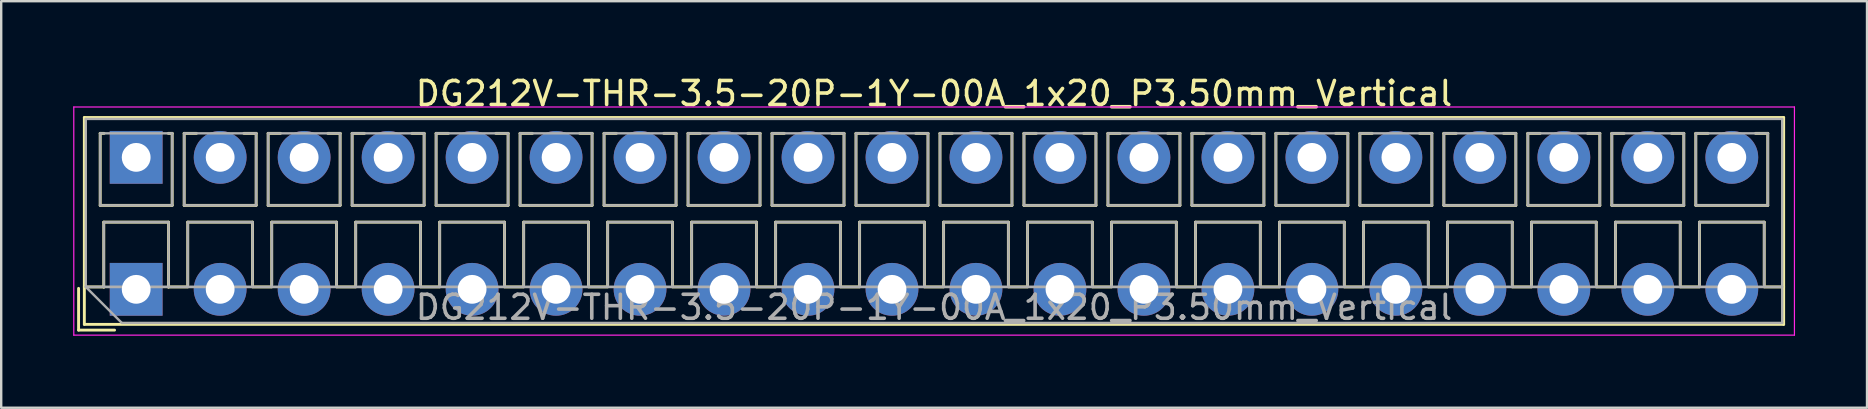
<source format=kicad_pcb>
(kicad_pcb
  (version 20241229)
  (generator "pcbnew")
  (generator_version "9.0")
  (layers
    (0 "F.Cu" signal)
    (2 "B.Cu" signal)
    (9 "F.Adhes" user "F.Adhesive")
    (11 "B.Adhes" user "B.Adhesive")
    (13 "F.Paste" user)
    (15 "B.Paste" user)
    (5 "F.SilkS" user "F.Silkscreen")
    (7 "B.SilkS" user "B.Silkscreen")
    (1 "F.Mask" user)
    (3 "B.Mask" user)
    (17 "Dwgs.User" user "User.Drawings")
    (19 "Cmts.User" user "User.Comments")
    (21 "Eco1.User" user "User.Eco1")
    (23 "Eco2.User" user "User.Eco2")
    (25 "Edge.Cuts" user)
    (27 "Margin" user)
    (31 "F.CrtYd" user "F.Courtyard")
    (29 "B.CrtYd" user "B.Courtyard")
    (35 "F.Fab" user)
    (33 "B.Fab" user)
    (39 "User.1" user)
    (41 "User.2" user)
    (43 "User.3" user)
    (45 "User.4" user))
  (footprint "DG212V-THR-3.5-20P-1Y-00A_1x20_P3.50mm_Vertical"
    (layer "F.Cu")
    (at 2.625 9.008)
    (property "Reference" "DG212V-THR-3.5-20P-1Y-00A_1x20_P3.50mm_Vertical" (at 33.25 -8.16 0) (layer "F.SilkS") (effects (font (size 1 1) (thickness 0.15))))
    (attr through_hole)
    (fp_line (start -2.4 -0.04) (end -2.4 1.7) (stroke (width 0.12) (type solid)) (layer "F.SilkS"))
    (fp_line (start -2.4 1.7) (end -0.9 1.7) (stroke (width 0.12) (type solid)) (layer "F.SilkS"))
    (fp_line (start -2.16 -7.16) (end -2.16 1.46) (stroke (width 0.12) (type solid)) (layer "F.SilkS"))
    (fp_line (start -2.16 -7.16) (end 68.661 -7.16) (stroke (width 0.12) (type solid)) (layer "F.SilkS"))
    (fp_line (start -2.16 -0.1) (end -1.34 -0.1) (stroke (width 0.12) (type solid)) (layer "F.SilkS"))
    (fp_line (start -2.16 1.46) (end 68.661 1.46) (stroke (width 0.12) (type solid)) (layer "F.SilkS"))
    (fp_line (start -1.5 -6.5) (end -1.5 -3.5) (stroke (width 0.12) (type solid)) (layer "F.SilkS"))
    (fp_line (start -1.5 -6.5) (end -1.34 -6.5) (stroke (width 0.12) (type solid)) (layer "F.SilkS"))
    (fp_line (start -1.5 -3.5) (end 1.5 -3.5) (stroke (width 0.12) (type solid)) (layer "F.SilkS"))
    (fp_line (start -1.35 -2.8) (end -1.35 -0.1) (stroke (width 0.12) (type solid)) (layer "F.SilkS"))
    (fp_line (start -1.35 -2.8) (end 1.35 -2.8) (stroke (width 0.12) (type solid)) (layer "F.SilkS"))
    (fp_line (start -1.35 -0.1) (end -1.34 -0.1) (stroke (width 0.12) (type solid)) (layer "F.SilkS"))
    (fp_line (start 1.34 -6.5) (end 1.5 -6.5) (stroke (width 0.12) (type solid)) (layer "F.SilkS"))
    (fp_line (start 1.34 -0.1) (end 1.35 -0.1) (stroke (width 0.12) (type solid)) (layer "F.SilkS"))
    (fp_line (start 1.34 -0.1) (end 2.148 -0.1) (stroke (width 0.12) (type solid)) (layer "F.SilkS"))
    (fp_line (start 1.35 -2.8) (end 1.35 -0.1) (stroke (width 0.12) (type solid)) (layer "F.SilkS"))
    (fp_line (start 1.5 -6.5) (end 1.5 -3.5) (stroke (width 0.12) (type solid)) (layer "F.SilkS"))
    (fp_line (start 2 -6.5) (end 2 -3.5) (stroke (width 0.12) (type solid)) (layer "F.SilkS"))
    (fp_line (start 2 -6.5) (end 2.512 -6.5) (stroke (width 0.12) (type solid)) (layer "F.SilkS"))
    (fp_line (start 2 -3.5) (end 5 -3.5) (stroke (width 0.12) (type solid)) (layer "F.SilkS"))
    (fp_line (start 2.15 -2.8) (end 2.15 -0.183) (stroke (width 0.12) (type solid)) (layer "F.SilkS"))
    (fp_line (start 2.15 -2.8) (end 4.85 -2.8) (stroke (width 0.12) (type solid)) (layer "F.SilkS"))
    (fp_line (start 4.489 -6.5) (end 5 -6.5) (stroke (width 0.12) (type solid)) (layer "F.SilkS"))
    (fp_line (start 4.85 -2.8) (end 4.85 -0.183) (stroke (width 0.12) (type solid)) (layer "F.SilkS"))
    (fp_line (start 4.853 -0.1) (end 5.648 -0.1) (stroke (width 0.12) (type solid)) (layer "F.SilkS"))
    (fp_line (start 5 -6.5) (end 5 -3.5) (stroke (width 0.12) (type solid)) (layer "F.SilkS"))
    (fp_line (start 5.5 -6.5) (end 5.5 -3.5) (stroke (width 0.12) (type solid)) (layer "F.SilkS"))
    (fp_line (start 5.5 -6.5) (end 6.012 -6.5) (stroke (width 0.12) (type solid)) (layer "F.SilkS"))
    (fp_line (start 5.5 -3.5) (end 8.5 -3.5) (stroke (width 0.12) (type solid)) (layer "F.SilkS"))
    (fp_line (start 5.65 -2.8) (end 5.65 -0.183) (stroke (width 0.12) (type solid)) (layer "F.SilkS"))
    (fp_line (start 5.65 -2.8) (end 8.351 -2.8) (stroke (width 0.12) (type solid)) (layer "F.SilkS"))
    (fp_line (start 7.989 -6.5) (end 8.5 -6.5) (stroke (width 0.12) (type solid)) (layer "F.SilkS"))
    (fp_line (start 8.351 -2.8) (end 8.351 -0.183) (stroke (width 0.12) (type solid)) (layer "F.SilkS"))
    (fp_line (start 8.353 -0.1) (end 9.148 -0.1) (stroke (width 0.12) (type solid)) (layer "F.SilkS"))
    (fp_line (start 8.5 -6.5) (end 8.5 -3.5) (stroke (width 0.12) (type solid)) (layer "F.SilkS"))
    (fp_line (start 9 -6.5) (end 9 -3.5) (stroke (width 0.12) (type solid)) (layer "F.SilkS"))
    (fp_line (start 9 -6.5) (end 9.512 -6.5) (stroke (width 0.12) (type solid)) (layer "F.SilkS"))
    (fp_line (start 9 -3.5) (end 12 -3.5) (stroke (width 0.12) (type solid)) (layer "F.SilkS"))
    (fp_line (start 9.15 -2.8) (end 9.15 -0.183) (stroke (width 0.12) (type solid)) (layer "F.SilkS"))
    (fp_line (start 9.15 -2.8) (end 11.851 -2.8) (stroke (width 0.12) (type solid)) (layer "F.SilkS"))
    (fp_line (start 11.489 -6.5) (end 12 -6.5) (stroke (width 0.12) (type solid)) (layer "F.SilkS"))
    (fp_line (start 11.851 -2.8) (end 11.851 -0.183) (stroke (width 0.12) (type solid)) (layer "F.SilkS"))
    (fp_line (start 11.853 -0.1) (end 12.648 -0.1) (stroke (width 0.12) (type solid)) (layer "F.SilkS"))
    (fp_line (start 12 -6.5) (end 12 -3.5) (stroke (width 0.12) (type solid)) (layer "F.SilkS"))
    (fp_line (start 12.5 -6.5) (end 12.5 -3.5) (stroke (width 0.12) (type solid)) (layer "F.SilkS"))
    (fp_line (start 12.5 -6.5) (end 13.012 -6.5) (stroke (width 0.12) (type solid)) (layer "F.SilkS"))
    (fp_line (start 12.5 -3.5) (end 15.5 -3.5) (stroke (width 0.12) (type solid)) (layer "F.SilkS"))
    (fp_line (start 12.65 -2.8) (end 12.65 -0.183) (stroke (width 0.12) (type solid)) (layer "F.SilkS"))
    (fp_line (start 12.65 -2.8) (end 15.351 -2.8) (stroke (width 0.12) (type solid)) (layer "F.SilkS"))
    (fp_line (start 14.989 -6.5) (end 15.5 -6.5) (stroke (width 0.12) (type solid)) (layer "F.SilkS"))
    (fp_line (start 15.351 -2.8) (end 15.351 -0.183) (stroke (width 0.12) (type solid)) (layer "F.SilkS"))
    (fp_line (start 15.353 -0.1) (end 16.148 -0.1) (stroke (width 0.12) (type solid)) (layer "F.SilkS"))
    (fp_line (start 15.5 -6.5) (end 15.5 -3.5) (stroke (width 0.12) (type solid)) (layer "F.SilkS"))
    (fp_line (start 16 -6.5) (end 16 -3.5) (stroke (width 0.12) (type solid)) (layer "F.SilkS"))
    (fp_line (start 16 -6.5) (end 16.512 -6.5) (stroke (width 0.12) (type solid)) (layer "F.SilkS"))
    (fp_line (start 16 -3.5) (end 19 -3.5) (stroke (width 0.12) (type solid)) (layer "F.SilkS"))
    (fp_line (start 16.15 -2.8) (end 16.15 -0.183) (stroke (width 0.12) (type solid)) (layer "F.SilkS"))
    (fp_line (start 16.15 -2.8) (end 18.85 -2.8) (stroke (width 0.12) (type solid)) (layer "F.SilkS"))
    (fp_line (start 18.489 -6.5) (end 19 -6.5) (stroke (width 0.12) (type solid)) (layer "F.SilkS"))
    (fp_line (start 18.85 -2.8) (end 18.85 -0.183) (stroke (width 0.12) (type solid)) (layer "F.SilkS"))
    (fp_line (start 18.853 -0.1) (end 19.648 -0.1) (stroke (width 0.12) (type solid)) (layer "F.SilkS"))
    (fp_line (start 19 -6.5) (end 19 -3.5) (stroke (width 0.12) (type solid)) (layer "F.SilkS"))
    (fp_line (start 19.5 -6.5) (end 19.5 -3.5) (stroke (width 0.12) (type solid)) (layer "F.SilkS"))
    (fp_line (start 19.5 -6.5) (end 20.012 -6.5) (stroke (width 0.12) (type solid)) (layer "F.SilkS"))
    (fp_line (start 19.5 -3.5) (end 22.5 -3.5) (stroke (width 0.12) (type solid)) (layer "F.SilkS"))
    (fp_line (start 19.65 -2.8) (end 19.65 -0.183) (stroke (width 0.12) (type solid)) (layer "F.SilkS"))
    (fp_line (start 19.65 -2.8) (end 22.35 -2.8) (stroke (width 0.12) (type solid)) (layer "F.SilkS"))
    (fp_line (start 21.989 -6.5) (end 22.5 -6.5) (stroke (width 0.12) (type solid)) (layer "F.SilkS"))
    (fp_line (start 22.35 -2.8) (end 22.35 -0.183) (stroke (width 0.12) (type solid)) (layer "F.SilkS"))
    (fp_line (start 22.353 -0.1) (end 23.148 -0.1) (stroke (width 0.12) (type solid)) (layer "F.SilkS"))
    (fp_line (start 22.5 -6.5) (end 22.5 -3.5) (stroke (width 0.12) (type solid)) (layer "F.SilkS"))
    (fp_line (start 23 -6.5) (end 23 -3.5) (stroke (width 0.12) (type solid)) (layer "F.SilkS"))
    (fp_line (start 23 -6.5) (end 23.512 -6.5) (stroke (width 0.12) (type solid)) (layer "F.SilkS"))
    (fp_line (start 23 -3.5) (end 26 -3.5) (stroke (width 0.12) (type solid)) (layer "F.SilkS"))
    (fp_line (start 23.15 -2.8) (end 23.15 -0.183) (stroke (width 0.12) (type solid)) (layer "F.SilkS"))
    (fp_line (start 23.15 -2.8) (end 25.85 -2.8) (stroke (width 0.12) (type solid)) (layer "F.SilkS"))
    (fp_line (start 25.489 -6.5) (end 26 -6.5) (stroke (width 0.12) (type solid)) (layer "F.SilkS"))
    (fp_line (start 25.85 -2.8) (end 25.85 -0.183) (stroke (width 0.12) (type solid)) (layer "F.SilkS"))
    (fp_line (start 25.853 -0.1) (end 26.648 -0.1) (stroke (width 0.12) (type solid)) (layer "F.SilkS"))
    (fp_line (start 26 -6.5) (end 26 -3.5) (stroke (width 0.12) (type solid)) (layer "F.SilkS"))
    (fp_line (start 26.5 -6.5) (end 26.5 -3.5) (stroke (width 0.12) (type solid)) (layer "F.SilkS"))
    (fp_line (start 26.5 -6.5) (end 27.012 -6.5) (stroke (width 0.12) (type solid)) (layer "F.SilkS"))
    (fp_line (start 26.5 -3.5) (end 29.5 -3.5) (stroke (width 0.12) (type solid)) (layer "F.SilkS"))
    (fp_line (start 26.65 -2.8) (end 26.65 -0.183) (stroke (width 0.12) (type solid)) (layer "F.SilkS"))
    (fp_line (start 26.65 -2.8) (end 29.35 -2.8) (stroke (width 0.12) (type solid)) (layer "F.SilkS"))
    (fp_line (start 28.989 -6.5) (end 29.5 -6.5) (stroke (width 0.12) (type solid)) (layer "F.SilkS"))
    (fp_line (start 29.35 -2.8) (end 29.35 -0.183) (stroke (width 0.12) (type solid)) (layer "F.SilkS"))
    (fp_line (start 29.353 -0.1) (end 30.148 -0.1) (stroke (width 0.12) (type solid)) (layer "F.SilkS"))
    (fp_line (start 29.5 -6.5) (end 29.5 -3.5) (stroke (width 0.12) (type solid)) (layer "F.SilkS"))
    (fp_line (start 30 -6.5) (end 30 -3.5) (stroke (width 0.12) (type solid)) (layer "F.SilkS"))
    (fp_line (start 30 -6.5) (end 30.512 -6.5) (stroke (width 0.12) (type solid)) (layer "F.SilkS"))
    (fp_line (start 30 -3.5) (end 33 -3.5) (stroke (width 0.12) (type solid)) (layer "F.SilkS"))
    (fp_line (start 30.15 -2.8) (end 30.15 -0.183) (stroke (width 0.12) (type solid)) (layer "F.SilkS"))
    (fp_line (start 30.15 -2.8) (end 32.85 -2.8) (stroke (width 0.12) (type solid)) (layer "F.SilkS"))
    (fp_line (start 32.489 -6.5) (end 33 -6.5) (stroke (width 0.12) (type solid)) (layer "F.SilkS"))
    (fp_line (start 32.85 -2.8) (end 32.85 -0.183) (stroke (width 0.12) (type solid)) (layer "F.SilkS"))
    (fp_line (start 32.853 -0.1) (end 33.648 -0.1) (stroke (width 0.12) (type solid)) (layer "F.SilkS"))
    (fp_line (start 33 -6.5) (end 33 -3.5) (stroke (width 0.12) (type solid)) (layer "F.SilkS"))
    (fp_line (start 33.5 -6.5) (end 33.5 -3.5) (stroke (width 0.12) (type solid)) (layer "F.SilkS"))
    (fp_line (start 33.5 -6.5) (end 34.012 -6.5) (stroke (width 0.12) (type solid)) (layer "F.SilkS"))
    (fp_line (start 33.5 -3.5) (end 36.5 -3.5) (stroke (width 0.12) (type solid)) (layer "F.SilkS"))
    (fp_line (start 33.65 -2.8) (end 33.65 -0.183) (stroke (width 0.12) (type solid)) (layer "F.SilkS"))
    (fp_line (start 33.65 -2.8) (end 36.35 -2.8) (stroke (width 0.12) (type solid)) (layer "F.SilkS"))
    (fp_line (start 35.989 -6.5) (end 36.5 -6.5) (stroke (width 0.12) (type solid)) (layer "F.SilkS"))
    (fp_line (start 36.35 -2.8) (end 36.35 -0.183) (stroke (width 0.12) (type solid)) (layer "F.SilkS"))
    (fp_line (start 36.353 -0.1) (end 37.148 -0.1) (stroke (width 0.12) (type solid)) (layer "F.SilkS"))
    (fp_line (start 36.5 -6.5) (end 36.5 -3.5) (stroke (width 0.12) (type solid)) (layer "F.SilkS"))
    (fp_line (start 37 -6.5) (end 37 -3.5) (stroke (width 0.12) (type solid)) (layer "F.SilkS"))
    (fp_line (start 37 -6.5) (end 37.512 -6.5) (stroke (width 0.12) (type solid)) (layer "F.SilkS"))
    (fp_line (start 37 -3.5) (end 40 -3.5) (stroke (width 0.12) (type solid)) (layer "F.SilkS"))
    (fp_line (start 37.15 -2.8) (end 37.15 -0.183) (stroke (width 0.12) (type solid)) (layer "F.SilkS"))
    (fp_line (start 37.15 -2.8) (end 39.85 -2.8) (stroke (width 0.12) (type solid)) (layer "F.SilkS"))
    (fp_line (start 39.489 -6.5) (end 40 -6.5) (stroke (width 0.12) (type solid)) (layer "F.SilkS"))
    (fp_line (start 39.85 -2.8) (end 39.85 -0.183) (stroke (width 0.12) (type solid)) (layer "F.SilkS"))
    (fp_line (start 39.853 -0.1) (end 40.648 -0.1) (stroke (width 0.12) (type solid)) (layer "F.SilkS"))
    (fp_line (start 40 -6.5) (end 40 -3.5) (stroke (width 0.12) (type solid)) (layer "F.SilkS"))
    (fp_line (start 40.5 -6.5) (end 40.5 -3.5) (stroke (width 0.12) (type solid)) (layer "F.SilkS"))
    (fp_line (start 40.5 -6.5) (end 41.012 -6.5) (stroke (width 0.12) (type solid)) (layer "F.SilkS"))
    (fp_line (start 40.5 -3.5) (end 43.5 -3.5) (stroke (width 0.12) (type solid)) (layer "F.SilkS"))
    (fp_line (start 40.65 -2.8) (end 40.65 -0.183) (stroke (width 0.12) (type solid)) (layer "F.SilkS"))
    (fp_line (start 40.65 -2.8) (end 43.35 -2.8) (stroke (width 0.12) (type solid)) (layer "F.SilkS"))
    (fp_line (start 42.989 -6.5) (end 43.5 -6.5) (stroke (width 0.12) (type solid)) (layer "F.SilkS"))
    (fp_line (start 43.35 -2.8) (end 43.35 -0.183) (stroke (width 0.12) (type solid)) (layer "F.SilkS"))
    (fp_line (start 43.353 -0.1) (end 44.148 -0.1) (stroke (width 0.12) (type solid)) (layer "F.SilkS"))
    (fp_line (start 43.5 -6.5) (end 43.5 -3.5) (stroke (width 0.12) (type solid)) (layer "F.SilkS"))
    (fp_line (start 44 -6.5) (end 44 -3.5) (stroke (width 0.12) (type solid)) (layer "F.SilkS"))
    (fp_line (start 44 -6.5) (end 44.512 -6.5) (stroke (width 0.12) (type solid)) (layer "F.SilkS"))
    (fp_line (start 44 -3.5) (end 47 -3.5) (stroke (width 0.12) (type solid)) (layer "F.SilkS"))
    (fp_line (start 44.15 -2.8) (end 44.15 -0.183) (stroke (width 0.12) (type solid)) (layer "F.SilkS"))
    (fp_line (start 44.15 -2.8) (end 46.85 -2.8) (stroke (width 0.12) (type solid)) (layer "F.SilkS"))
    (fp_line (start 46.489 -6.5) (end 47 -6.5) (stroke (width 0.12) (type solid)) (layer "F.SilkS"))
    (fp_line (start 46.85 -2.8) (end 46.85 -0.183) (stroke (width 0.12) (type solid)) (layer "F.SilkS"))
    (fp_line (start 46.853 -0.1) (end 47.648 -0.1) (stroke (width 0.12) (type solid)) (layer "F.SilkS"))
    (fp_line (start 47 -6.5) (end 47 -3.5) (stroke (width 0.12) (type solid)) (layer "F.SilkS"))
    (fp_line (start 47.5 -6.5) (end 47.5 -3.5) (stroke (width 0.12) (type solid)) (layer "F.SilkS"))
    (fp_line (start 47.5 -6.5) (end 48.012 -6.5) (stroke (width 0.12) (type solid)) (layer "F.SilkS"))
    (fp_line (start 47.5 -3.5) (end 50.5 -3.5) (stroke (width 0.12) (type solid)) (layer "F.SilkS"))
    (fp_line (start 47.65 -2.8) (end 47.65 -0.183) (stroke (width 0.12) (type solid)) (layer "F.SilkS"))
    (fp_line (start 47.65 -2.8) (end 50.35 -2.8) (stroke (width 0.12) (type solid)) (layer "F.SilkS"))
    (fp_line (start 49.989 -6.5) (end 50.5 -6.5) (stroke (width 0.12) (type solid)) (layer "F.SilkS"))
    (fp_line (start 50.35 -2.8) (end 50.35 -0.183) (stroke (width 0.12) (type solid)) (layer "F.SilkS"))
    (fp_line (start 50.353 -0.1) (end 51.148 -0.1) (stroke (width 0.12) (type solid)) (layer "F.SilkS"))
    (fp_line (start 50.5 -6.5) (end 50.5 -3.5) (stroke (width 0.12) (type solid)) (layer "F.SilkS"))
    (fp_line (start 51 -6.5) (end 51 -3.5) (stroke (width 0.12) (type solid)) (layer "F.SilkS"))
    (fp_line (start 51 -6.5) (end 51.512 -6.5) (stroke (width 0.12) (type solid)) (layer "F.SilkS"))
    (fp_line (start 51 -3.5) (end 54 -3.5) (stroke (width 0.12) (type solid)) (layer "F.SilkS"))
    (fp_line (start 51.15 -2.8) (end 51.15 -0.183) (stroke (width 0.12) (type solid)) (layer "F.SilkS"))
    (fp_line (start 51.15 -2.8) (end 53.85 -2.8) (stroke (width 0.12) (type solid)) (layer "F.SilkS"))
    (fp_line (start 53.489 -6.5) (end 54 -6.5) (stroke (width 0.12) (type solid)) (layer "F.SilkS"))
    (fp_line (start 53.85 -2.8) (end 53.85 -0.183) (stroke (width 0.12) (type solid)) (layer "F.SilkS"))
    (fp_line (start 53.853 -0.1) (end 54.648 -0.1) (stroke (width 0.12) (type solid)) (layer "F.SilkS"))
    (fp_line (start 54 -6.5) (end 54 -3.5) (stroke (width 0.12) (type solid)) (layer "F.SilkS"))
    (fp_line (start 54.5 -6.5) (end 54.5 -3.5) (stroke (width 0.12) (type solid)) (layer "F.SilkS"))
    (fp_line (start 54.5 -6.5) (end 55.012 -6.5) (stroke (width 0.12) (type solid)) (layer "F.SilkS"))
    (fp_line (start 54.5 -3.5) (end 57.5 -3.5) (stroke (width 0.12) (type solid)) (layer "F.SilkS"))
    (fp_line (start 54.65 -2.8) (end 54.65 -0.183) (stroke (width 0.12) (type solid)) (layer "F.SilkS"))
    (fp_line (start 54.65 -2.8) (end 57.35 -2.8) (stroke (width 0.12) (type solid)) (layer "F.SilkS"))
    (fp_line (start 56.989 -6.5) (end 57.5 -6.5) (stroke (width 0.12) (type solid)) (layer "F.SilkS"))
    (fp_line (start 57.35 -2.8) (end 57.35 -0.183) (stroke (width 0.12) (type solid)) (layer "F.SilkS"))
    (fp_line (start 57.353 -0.1) (end 58.148 -0.1) (stroke (width 0.12) (type solid)) (layer "F.SilkS"))
    (fp_line (start 57.5 -6.5) (end 57.5 -3.5) (stroke (width 0.12) (type solid)) (layer "F.SilkS"))
    (fp_line (start 58 -6.5) (end 58 -3.5) (stroke (width 0.12) (type solid)) (layer "F.SilkS"))
    (fp_line (start 58 -6.5) (end 58.512 -6.5) (stroke (width 0.12) (type solid)) (layer "F.SilkS"))
    (fp_line (start 58 -3.5) (end 61 -3.5) (stroke (width 0.12) (type solid)) (layer "F.SilkS"))
    (fp_line (start 58.15 -2.8) (end 58.15 -0.183) (stroke (width 0.12) (type solid)) (layer "F.SilkS"))
    (fp_line (start 58.15 -2.8) (end 60.85 -2.8) (stroke (width 0.12) (type solid)) (layer "F.SilkS"))
    (fp_line (start 60.489 -6.5) (end 61 -6.5) (stroke (width 0.12) (type solid)) (layer "F.SilkS"))
    (fp_line (start 60.85 -2.8) (end 60.85 -0.183) (stroke (width 0.12) (type solid)) (layer "F.SilkS"))
    (fp_line (start 60.853 -0.1) (end 61.648 -0.1) (stroke (width 0.12) (type solid)) (layer "F.SilkS"))
    (fp_line (start 61 -6.5) (end 61 -3.5) (stroke (width 0.12) (type solid)) (layer "F.SilkS"))
    (fp_line (start 61.5 -6.5) (end 61.5 -3.5) (stroke (width 0.12) (type solid)) (layer "F.SilkS"))
    (fp_line (start 61.5 -6.5) (end 62.012 -6.5) (stroke (width 0.12) (type solid)) (layer "F.SilkS"))
    (fp_line (start 61.5 -3.5) (end 64.5 -3.5) (stroke (width 0.12) (type solid)) (layer "F.SilkS"))
    (fp_line (start 61.65 -2.8) (end 61.65 -0.183) (stroke (width 0.12) (type solid)) (layer "F.SilkS"))
    (fp_line (start 61.65 -2.8) (end 64.35 -2.8) (stroke (width 0.12) (type solid)) (layer "F.SilkS"))
    (fp_line (start 63.989 -6.5) (end 64.5 -6.5) (stroke (width 0.12) (type solid)) (layer "F.SilkS"))
    (fp_line (start 64.35 -2.8) (end 64.35 -0.183) (stroke (width 0.12) (type solid)) (layer "F.SilkS"))
    (fp_line (start 64.353 -0.1) (end 65.148 -0.1) (stroke (width 0.12) (type solid)) (layer "F.SilkS"))
    (fp_line (start 64.5 -6.5) (end 64.5 -3.5) (stroke (width 0.12) (type solid)) (layer "F.SilkS"))
    (fp_line (start 65 -6.5) (end 65 -3.5) (stroke (width 0.12) (type solid)) (layer "F.SilkS"))
    (fp_line (start 65 -6.5) (end 65.512 -6.5) (stroke (width 0.12) (type solid)) (layer "F.SilkS"))
    (fp_line (start 65 -3.5) (end 68 -3.5) (stroke (width 0.12) (type solid)) (layer "F.SilkS"))
    (fp_line (start 65.151 -2.8) (end 65.151 -0.183) (stroke (width 0.12) (type solid)) (layer "F.SilkS"))
    (fp_line (start 65.151 -2.8) (end 67.85 -2.8) (stroke (width 0.12) (type solid)) (layer "F.SilkS"))
    (fp_line (start 67.489 -6.5) (end 68 -6.5) (stroke (width 0.12) (type solid)) (layer "F.SilkS"))
    (fp_line (start 67.85 -2.8) (end 67.85 -0.183) (stroke (width 0.12) (type solid)) (layer "F.SilkS"))
    (fp_line (start 67.853 -0.1) (end 68.661 -0.1) (stroke (width 0.12) (type solid)) (layer "F.SilkS"))
    (fp_line (start 68 -6.5) (end 68 -3.5) (stroke (width 0.12) (type solid)) (layer "F.SilkS"))
    (fp_line (start 68.661 -7.16) (end 68.661 1.46) (stroke (width 0.12) (type solid)) (layer "F.SilkS"))
    (fp_line (start -2.6 -7.6) (end -2.6 1.91) (stroke (width 0.05) (type solid)) (layer "F.CrtYd"))
    (fp_line (start -2.6 1.91) (end 69.11 1.91) (stroke (width 0.05) (type solid)) (layer "F.CrtYd"))
    (fp_line (start 69.11 -7.6) (end -2.6 -7.6) (stroke (width 0.05) (type solid)) (layer "F.CrtYd"))
    (fp_line (start 69.11 1.91) (end 69.11 -7.6) (stroke (width 0.05) (type solid)) (layer "F.CrtYd"))
    (fp_line (start -2.1 -7.1) (end 68.6 -7.1) (stroke (width 0.1) (type solid)) (layer "F.Fab"))
    (fp_line (start -2.1 -0.1) (end -2.1 -7.1) (stroke (width 0.1) (type solid)) (layer "F.Fab"))
    (fp_line (start -2.1 -0.1) (end 68.6 -0.1) (stroke (width 0.1) (type solid)) (layer "F.Fab"))
    (fp_line (start -1.5 -6.5) (end -1.5 -3.5) (stroke (width 0.1) (type solid)) (layer "F.Fab"))
    (fp_line (start -1.5 -3.5) (end 1.5 -3.5) (stroke (width 0.1) (type solid)) (layer "F.Fab"))
    (fp_line (start -1.35 -2.8) (end -1.35 -0.1) (stroke (width 0.1) (type solid)) (layer "F.Fab"))
    (fp_line (start -1.35 -0.1) (end 1.35 -0.1) (stroke (width 0.1) (type solid)) (layer "F.Fab"))
    (fp_line (start -0.6 1.4) (end -2.1 -0.1) (stroke (width 0.1) (type solid)) (layer "F.Fab"))
    (fp_line (start 1.35 -2.8) (end -1.35 -2.8) (stroke (width 0.1) (type solid)) (layer "F.Fab"))
    (fp_line (start 1.35 -0.1) (end 1.35 -2.8) (stroke (width 0.1) (type solid)) (layer "F.Fab"))
    (fp_line (start 1.5 -6.5) (end -1.5 -6.5) (stroke (width 0.1) (type solid)) (layer "F.Fab"))
    (fp_line (start 1.5 -3.5) (end 1.5 -6.5) (stroke (width 0.1) (type solid)) (layer "F.Fab"))
    (fp_line (start 2 -6.5) (end 2 -3.5) (stroke (width 0.1) (type solid)) (layer "F.Fab"))
    (fp_line (start 2 -3.5) (end 5 -3.5) (stroke (width 0.1) (type solid)) (layer "F.Fab"))
    (fp_line (start 2.15 -2.8) (end 2.15 -0.1) (stroke (width 0.1) (type solid)) (layer "F.Fab"))
    (fp_line (start 2.15 -0.1) (end 4.85 -0.1) (stroke (width 0.1) (type solid)) (layer "F.Fab"))
    (fp_line (start 4.85 -2.8) (end 2.15 -2.8) (stroke (width 0.1) (type solid)) (layer "F.Fab"))
    (fp_line (start 4.85 -0.1) (end 4.85 -2.8) (stroke (width 0.1) (type solid)) (layer "F.Fab"))
    (fp_line (start 5 -6.5) (end 2 -6.5) (stroke (width 0.1) (type solid)) (layer "F.Fab"))
    (fp_line (start 5 -3.5) (end 5 -6.5) (stroke (width 0.1) (type solid)) (layer "F.Fab"))
    (fp_line (start 5.5 -6.5) (end 5.5 -3.5) (stroke (width 0.1) (type solid)) (layer "F.Fab"))
    (fp_line (start 5.5 -3.5) (end 8.5 -3.5) (stroke (width 0.1) (type solid)) (layer "F.Fab"))
    (fp_line (start 5.65 -2.8) (end 5.65 -0.1) (stroke (width 0.1) (type solid)) (layer "F.Fab"))
    (fp_line (start 5.65 -0.1) (end 8.351 -0.1) (stroke (width 0.1) (type solid)) (layer "F.Fab"))
    (fp_line (start 8.351 -2.8) (end 5.65 -2.8) (stroke (width 0.1) (type solid)) (layer "F.Fab"))
    (fp_line (start 8.351 -0.1) (end 8.351 -2.8) (stroke (width 0.1) (type solid)) (layer "F.Fab"))
    (fp_line (start 8.5 -6.5) (end 5.5 -6.5) (stroke (width 0.1) (type solid)) (layer "F.Fab"))
    (fp_line (start 8.5 -3.5) (end 8.5 -6.5) (stroke (width 0.1) (type solid)) (layer "F.Fab"))
    (fp_line (start 9 -6.5) (end 9 -3.5) (stroke (width 0.1) (type solid)) (layer "F.Fab"))
    (fp_line (start 9 -3.5) (end 12 -3.5) (stroke (width 0.1) (type solid)) (layer "F.Fab"))
    (fp_line (start 9.15 -2.8) (end 9.15 -0.1) (stroke (width 0.1) (type solid)) (layer "F.Fab"))
    (fp_line (start 9.15 -0.1) (end 11.851 -0.1) (stroke (width 0.1) (type solid)) (layer "F.Fab"))
    (fp_line (start 11.851 -2.8) (end 9.15 -2.8) (stroke (width 0.1) (type solid)) (layer "F.Fab"))
    (fp_line (start 11.851 -0.1) (end 11.851 -2.8) (stroke (width 0.1) (type solid)) (layer "F.Fab"))
    (fp_line (start 12 -6.5) (end 9 -6.5) (stroke (width 0.1) (type solid)) (layer "F.Fab"))
    (fp_line (start 12 -3.5) (end 12 -6.5) (stroke (width 0.1) (type solid)) (layer "F.Fab"))
    (fp_line (start 12.5 -6.5) (end 12.5 -3.5) (stroke (width 0.1) (type solid)) (layer "F.Fab"))
    (fp_line (start 12.5 -3.5) (end 15.5 -3.5) (stroke (width 0.1) (type solid)) (layer "F.Fab"))
    (fp_line (start 12.65 -2.8) (end 12.65 -0.1) (stroke (width 0.1) (type solid)) (layer "F.Fab"))
    (fp_line (start 12.65 -0.1) (end 15.351 -0.1) (stroke (width 0.1) (type solid)) (layer "F.Fab"))
    (fp_line (start 15.351 -2.8) (end 12.65 -2.8) (stroke (width 0.1) (type solid)) (layer "F.Fab"))
    (fp_line (start 15.351 -0.1) (end 15.351 -2.8) (stroke (width 0.1) (type solid)) (layer "F.Fab"))
    (fp_line (start 15.5 -6.5) (end 12.5 -6.5) (stroke (width 0.1) (type solid)) (layer "F.Fab"))
    (fp_line (start 15.5 -3.5) (end 15.5 -6.5) (stroke (width 0.1) (type solid)) (layer "F.Fab"))
    (fp_line (start 16 -6.5) (end 16 -3.5) (stroke (width 0.1) (type solid)) (layer "F.Fab"))
    (fp_line (start 16 -3.5) (end 19 -3.5) (stroke (width 0.1) (type solid)) (layer "F.Fab"))
    (fp_line (start 16.15 -2.8) (end 16.15 -0.1) (stroke (width 0.1) (type solid)) (layer "F.Fab"))
    (fp_line (start 16.15 -0.1) (end 18.85 -0.1) (stroke (width 0.1) (type solid)) (layer "F.Fab"))
    (fp_line (start 18.85 -2.8) (end 16.15 -2.8) (stroke (width 0.1) (type solid)) (layer "F.Fab"))
    (fp_line (start 18.85 -0.1) (end 18.85 -2.8) (stroke (width 0.1) (type solid)) (layer "F.Fab"))
    (fp_line (start 19 -6.5) (end 16 -6.5) (stroke (width 0.1) (type solid)) (layer "F.Fab"))
    (fp_line (start 19 -3.5) (end 19 -6.5) (stroke (width 0.1) (type solid)) (layer "F.Fab"))
    (fp_line (start 19.5 -6.5) (end 19.5 -3.5) (stroke (width 0.1) (type solid)) (layer "F.Fab"))
    (fp_line (start 19.5 -3.5) (end 22.5 -3.5) (stroke (width 0.1) (type solid)) (layer "F.Fab"))
    (fp_line (start 19.65 -2.8) (end 19.65 -0.1) (stroke (width 0.1) (type solid)) (layer "F.Fab"))
    (fp_line (start 19.65 -0.1) (end 22.35 -0.1) (stroke (width 0.1) (type solid)) (layer "F.Fab"))
    (fp_line (start 22.35 -2.8) (end 19.65 -2.8) (stroke (width 0.1) (type solid)) (layer "F.Fab"))
    (fp_line (start 22.35 -0.1) (end 22.35 -2.8) (stroke (width 0.1) (type solid)) (layer "F.Fab"))
    (fp_line (start 22.5 -6.5) (end 19.5 -6.5) (stroke (width 0.1) (type solid)) (layer "F.Fab"))
    (fp_line (start 22.5 -3.5) (end 22.5 -6.5) (stroke (width 0.1) (type solid)) (layer "F.Fab"))
    (fp_line (start 23 -6.5) (end 23 -3.5) (stroke (width 0.1) (type solid)) (layer "F.Fab"))
    (fp_line (start 23 -3.5) (end 26 -3.5) (stroke (width 0.1) (type solid)) (layer "F.Fab"))
    (fp_line (start 23.15 -2.8) (end 23.15 -0.1) (stroke (width 0.1) (type solid)) (layer "F.Fab"))
    (fp_line (start 23.15 -0.1) (end 25.85 -0.1) (stroke (width 0.1) (type solid)) (layer "F.Fab"))
    (fp_line (start 25.85 -2.8) (end 23.15 -2.8) (stroke (width 0.1) (type solid)) (layer "F.Fab"))
    (fp_line (start 25.85 -0.1) (end 25.85 -2.8) (stroke (width 0.1) (type solid)) (layer "F.Fab"))
    (fp_line (start 26 -6.5) (end 23 -6.5) (stroke (width 0.1) (type solid)) (layer "F.Fab"))
    (fp_line (start 26 -3.5) (end 26 -6.5) (stroke (width 0.1) (type solid)) (layer "F.Fab"))
    (fp_line (start 26.5 -6.5) (end 26.5 -3.5) (stroke (width 0.1) (type solid)) (layer "F.Fab"))
    (fp_line (start 26.5 -3.5) (end 29.5 -3.5) (stroke (width 0.1) (type solid)) (layer "F.Fab"))
    (fp_line (start 26.65 -2.8) (end 26.65 -0.1) (stroke (width 0.1) (type solid)) (layer "F.Fab"))
    (fp_line (start 26.65 -0.1) (end 29.35 -0.1) (stroke (width 0.1) (type solid)) (layer "F.Fab"))
    (fp_line (start 29.35 -2.8) (end 26.65 -2.8) (stroke (width 0.1) (type solid)) (layer "F.Fab"))
    (fp_line (start 29.35 -0.1) (end 29.35 -2.8) (stroke (width 0.1) (type solid)) (layer "F.Fab"))
    (fp_line (start 29.5 -6.5) (end 26.5 -6.5) (stroke (width 0.1) (type solid)) (layer "F.Fab"))
    (fp_line (start 29.5 -3.5) (end 29.5 -6.5) (stroke (width 0.1) (type solid)) (layer "F.Fab"))
    (fp_line (start 30 -6.5) (end 30 -3.5) (stroke (width 0.1) (type solid)) (layer "F.Fab"))
    (fp_line (start 30 -3.5) (end 33 -3.5) (stroke (width 0.1) (type solid)) (layer "F.Fab"))
    (fp_line (start 30.15 -2.8) (end 30.15 -0.1) (stroke (width 0.1) (type solid)) (layer "F.Fab"))
    (fp_line (start 30.15 -0.1) (end 32.85 -0.1) (stroke (width 0.1) (type solid)) (layer "F.Fab"))
    (fp_line (start 32.85 -2.8) (end 30.15 -2.8) (stroke (width 0.1) (type solid)) (layer "F.Fab"))
    (fp_line (start 32.85 -0.1) (end 32.85 -2.8) (stroke (width 0.1) (type solid)) (layer "F.Fab"))
    (fp_line (start 33 -6.5) (end 30 -6.5) (stroke (width 0.1) (type solid)) (layer "F.Fab"))
    (fp_line (start 33 -3.5) (end 33 -6.5) (stroke (width 0.1) (type solid)) (layer "F.Fab"))
    (fp_line (start 33.5 -6.5) (end 33.5 -3.5) (stroke (width 0.1) (type solid)) (layer "F.Fab"))
    (fp_line (start 33.5 -3.5) (end 36.5 -3.5) (stroke (width 0.1) (type solid)) (layer "F.Fab"))
    (fp_line (start 33.65 -2.8) (end 33.65 -0.1) (stroke (width 0.1) (type solid)) (layer "F.Fab"))
    (fp_line (start 33.65 -0.1) (end 36.35 -0.1) (stroke (width 0.1) (type solid)) (layer "F.Fab"))
    (fp_line (start 36.35 -2.8) (end 33.65 -2.8) (stroke (width 0.1) (type solid)) (layer "F.Fab"))
    (fp_line (start 36.35 -0.1) (end 36.35 -2.8) (stroke (width 0.1) (type solid)) (layer "F.Fab"))
    (fp_line (start 36.5 -6.5) (end 33.5 -6.5) (stroke (width 0.1) (type solid)) (layer "F.Fab"))
    (fp_line (start 36.5 -3.5) (end 36.5 -6.5) (stroke (width 0.1) (type solid)) (layer "F.Fab"))
    (fp_line (start 37 -6.5) (end 37 -3.5) (stroke (width 0.1) (type solid)) (layer "F.Fab"))
    (fp_line (start 37 -3.5) (end 40 -3.5) (stroke (width 0.1) (type solid)) (layer "F.Fab"))
    (fp_line (start 37.15 -2.8) (end 37.15 -0.1) (stroke (width 0.1) (type solid)) (layer "F.Fab"))
    (fp_line (start 37.15 -0.1) (end 39.85 -0.1) (stroke (width 0.1) (type solid)) (layer "F.Fab"))
    (fp_line (start 39.85 -2.8) (end 37.15 -2.8) (stroke (width 0.1) (type solid)) (layer "F.Fab"))
    (fp_line (start 39.85 -0.1) (end 39.85 -2.8) (stroke (width 0.1) (type solid)) (layer "F.Fab"))
    (fp_line (start 40 -6.5) (end 37 -6.5) (stroke (width 0.1) (type solid)) (layer "F.Fab"))
    (fp_line (start 40 -3.5) (end 40 -6.5) (stroke (width 0.1) (type solid)) (layer "F.Fab"))
    (fp_line (start 40.5 -6.5) (end 40.5 -3.5) (stroke (width 0.1) (type solid)) (layer "F.Fab"))
    (fp_line (start 40.5 -3.5) (end 43.5 -3.5) (stroke (width 0.1) (type solid)) (layer "F.Fab"))
    (fp_line (start 40.65 -2.8) (end 40.65 -0.1) (stroke (width 0.1) (type solid)) (layer "F.Fab"))
    (fp_line (start 40.65 -0.1) (end 43.35 -0.1) (stroke (width 0.1) (type solid)) (layer "F.Fab"))
    (fp_line (start 43.35 -2.8) (end 40.65 -2.8) (stroke (width 0.1) (type solid)) (layer "F.Fab"))
    (fp_line (start 43.35 -0.1) (end 43.35 -2.8) (stroke (width 0.1) (type solid)) (layer "F.Fab"))
    (fp_line (start 43.5 -6.5) (end 40.5 -6.5) (stroke (width 0.1) (type solid)) (layer "F.Fab"))
    (fp_line (start 43.5 -3.5) (end 43.5 -6.5) (stroke (width 0.1) (type solid)) (layer "F.Fab"))
    (fp_line (start 44 -6.5) (end 44 -3.5) (stroke (width 0.1) (type solid)) (layer "F.Fab"))
    (fp_line (start 44 -3.5) (end 47 -3.5) (stroke (width 0.1) (type solid)) (layer "F.Fab"))
    (fp_line (start 44.15 -2.8) (end 44.15 -0.1) (stroke (width 0.1) (type solid)) (layer "F.Fab"))
    (fp_line (start 44.15 -0.1) (end 46.85 -0.1) (stroke (width 0.1) (type solid)) (layer "F.Fab"))
    (fp_line (start 46.85 -2.8) (end 44.15 -2.8) (stroke (width 0.1) (type solid)) (layer "F.Fab"))
    (fp_line (start 46.85 -0.1) (end 46.85 -2.8) (stroke (width 0.1) (type solid)) (layer "F.Fab"))
    (fp_line (start 47 -6.5) (end 44 -6.5) (stroke (width 0.1) (type solid)) (layer "F.Fab"))
    (fp_line (start 47 -3.5) (end 47 -6.5) (stroke (width 0.1) (type solid)) (layer "F.Fab"))
    (fp_line (start 47.5 -6.5) (end 47.5 -3.5) (stroke (width 0.1) (type solid)) (layer "F.Fab"))
    (fp_line (start 47.5 -3.5) (end 50.5 -3.5) (stroke (width 0.1) (type solid)) (layer "F.Fab"))
    (fp_line (start 47.65 -2.8) (end 47.65 -0.1) (stroke (width 0.1) (type solid)) (layer "F.Fab"))
    (fp_line (start 47.65 -0.1) (end 50.35 -0.1) (stroke (width 0.1) (type solid)) (layer "F.Fab"))
    (fp_line (start 50.35 -2.8) (end 47.65 -2.8) (stroke (width 0.1) (type solid)) (layer "F.Fab"))
    (fp_line (start 50.35 -0.1) (end 50.35 -2.8) (stroke (width 0.1) (type solid)) (layer "F.Fab"))
    (fp_line (start 50.5 -6.5) (end 47.5 -6.5) (stroke (width 0.1) (type solid)) (layer "F.Fab"))
    (fp_line (start 50.5 -3.5) (end 50.5 -6.5) (stroke (width 0.1) (type solid)) (layer "F.Fab"))
    (fp_line (start 51 -6.5) (end 51 -3.5) (stroke (width 0.1) (type solid)) (layer "F.Fab"))
    (fp_line (start 51 -3.5) (end 54 -3.5) (stroke (width 0.1) (type solid)) (layer "F.Fab"))
    (fp_line (start 51.15 -2.8) (end 51.15 -0.1) (stroke (width 0.1) (type solid)) (layer "F.Fab"))
    (fp_line (start 51.15 -0.1) (end 53.85 -0.1) (stroke (width 0.1) (type solid)) (layer "F.Fab"))
    (fp_line (start 53.85 -2.8) (end 51.15 -2.8) (stroke (width 0.1) (type solid)) (layer "F.Fab"))
    (fp_line (start 53.85 -0.1) (end 53.85 -2.8) (stroke (width 0.1) (type solid)) (layer "F.Fab"))
    (fp_line (start 54 -6.5) (end 51 -6.5) (stroke (width 0.1) (type solid)) (layer "F.Fab"))
    (fp_line (start 54 -3.5) (end 54 -6.5) (stroke (width 0.1) (type solid)) (layer "F.Fab"))
    (fp_line (start 54.5 -6.5) (end 54.5 -3.5) (stroke (width 0.1) (type solid)) (layer "F.Fab"))
    (fp_line (start 54.5 -3.5) (end 57.5 -3.5) (stroke (width 0.1) (type solid)) (layer "F.Fab"))
    (fp_line (start 54.65 -2.8) (end 54.65 -0.1) (stroke (width 0.1) (type solid)) (layer "F.Fab"))
    (fp_line (start 54.65 -0.1) (end 57.35 -0.1) (stroke (width 0.1) (type solid)) (layer "F.Fab"))
    (fp_line (start 57.35 -2.8) (end 54.65 -2.8) (stroke (width 0.1) (type solid)) (layer "F.Fab"))
    (fp_line (start 57.35 -0.1) (end 57.35 -2.8) (stroke (width 0.1) (type solid)) (layer "F.Fab"))
    (fp_line (start 57.5 -6.5) (end 54.5 -6.5) (stroke (width 0.1) (type solid)) (layer "F.Fab"))
    (fp_line (start 57.5 -3.5) (end 57.5 -6.5) (stroke (width 0.1) (type solid)) (layer "F.Fab"))
    (fp_line (start 58 -6.5) (end 58 -3.5) (stroke (width 0.1) (type solid)) (layer "F.Fab"))
    (fp_line (start 58 -3.5) (end 61 -3.5) (stroke (width 0.1) (type solid)) (layer "F.Fab"))
    (fp_line (start 58.15 -2.8) (end 58.15 -0.1) (stroke (width 0.1) (type solid)) (layer "F.Fab"))
    (fp_line (start 58.15 -0.1) (end 60.85 -0.1) (stroke (width 0.1) (type solid)) (layer "F.Fab"))
    (fp_line (start 60.85 -2.8) (end 58.15 -2.8) (stroke (width 0.1) (type solid)) (layer "F.Fab"))
    (fp_line (start 60.85 -0.1) (end 60.85 -2.8) (stroke (width 0.1) (type solid)) (layer "F.Fab"))
    (fp_line (start 61 -6.5) (end 58 -6.5) (stroke (width 0.1) (type solid)) (layer "F.Fab"))
    (fp_line (start 61 -3.5) (end 61 -6.5) (stroke (width 0.1) (type solid)) (layer "F.Fab"))
    (fp_line (start 61.5 -6.5) (end 61.5 -3.5) (stroke (width 0.1) (type solid)) (layer "F.Fab"))
    (fp_line (start 61.5 -3.5) (end 64.5 -3.5) (stroke (width 0.1) (type solid)) (layer "F.Fab"))
    (fp_line (start 61.65 -2.8) (end 61.65 -0.1) (stroke (width 0.1) (type solid)) (layer "F.Fab"))
    (fp_line (start 61.65 -0.1) (end 64.35 -0.1) (stroke (width 0.1) (type solid)) (layer "F.Fab"))
    (fp_line (start 64.35 -2.8) (end 61.65 -2.8) (stroke (width 0.1) (type solid)) (layer "F.Fab"))
    (fp_line (start 64.35 -0.1) (end 64.35 -2.8) (stroke (width 0.1) (type solid)) (layer "F.Fab"))
    (fp_line (start 64.5 -6.5) (end 61.5 -6.5) (stroke (width 0.1) (type solid)) (layer "F.Fab"))
    (fp_line (start 64.5 -3.5) (end 64.5 -6.5) (stroke (width 0.1) (type solid)) (layer "F.Fab"))
    (fp_line (start 65 -6.5) (end 65 -3.5) (stroke (width 0.1) (type solid)) (layer "F.Fab"))
    (fp_line (start 65 -3.5) (end 68 -3.5) (stroke (width 0.1) (type solid)) (layer "F.Fab"))
    (fp_line (start 65.151 -2.8) (end 65.151 -0.1) (stroke (width 0.1) (type solid)) (layer "F.Fab"))
    (fp_line (start 65.151 -0.1) (end 67.85 -0.1) (stroke (width 0.1) (type solid)) (layer "F.Fab"))
    (fp_line (start 67.85 -2.8) (end 65.151 -2.8) (stroke (width 0.1) (type solid)) (layer "F.Fab"))
    (fp_line (start 67.85 -0.1) (end 67.85 -2.8) (stroke (width 0.1) (type solid)) (layer "F.Fab"))
    (fp_line (start 68 -6.5) (end 65 -6.5) (stroke (width 0.1) (type solid)) (layer "F.Fab"))
    (fp_line (start 68 -3.5) (end 68 -6.5) (stroke (width 0.1) (type solid)) (layer "F.Fab"))
    (fp_line (start 68.6 -7.1) (end 68.6 1.4) (stroke (width 0.1) (type solid)) (layer "F.Fab"))
    (fp_line (start 68.6 1.4) (end -0.6 1.4) (stroke (width 0.1) (type solid)) (layer "F.Fab"))
    (fp_text user "${REFERENCE}" (at 33.25 0.75 0) (layer "F.Fab") (effects (font (size 1 1) (thickness 0.15))))
    (pad "1" thru_hole rect (at 0 -5.5) (size 2.2 2.2) (drill 1.2) (layers "*.Cu" "*.Mask"))
    (pad "1" thru_hole rect (at 0 0) (size 2.2 2.2) (drill 1.2) (layers "*.Cu" "*.Mask"))
    (pad "2" thru_hole circle (at 3.5 -5.5) (size 2.2 2.2) (drill 1.2) (layers "*.Cu" "*.Mask"))
    (pad "2" thru_hole circle (at 3.5 0) (size 2.2 2.2) (drill 1.2) (layers "*.Cu" "*.Mask"))
    (pad "3" thru_hole circle (at 7 -5.5) (size 2.2 2.2) (drill 1.2) (layers "*.Cu" "*.Mask"))
    (pad "3" thru_hole circle (at 7 0) (size 2.2 2.2) (drill 1.2) (layers "*.Cu" "*.Mask"))
    (pad "4" thru_hole circle (at 10.5 -5.5) (size 2.2 2.2) (drill 1.2) (layers "*.Cu" "*.Mask"))
    (pad "4" thru_hole circle (at 10.5 0) (size 2.2 2.2) (drill 1.2) (layers "*.Cu" "*.Mask"))
    (pad "5" thru_hole circle (at 14 -5.5) (size 2.2 2.2) (drill 1.2) (layers "*.Cu" "*.Mask"))
    (pad "5" thru_hole circle (at 14 0) (size 2.2 2.2) (drill 1.2) (layers "*.Cu" "*.Mask"))
    (pad "6" thru_hole circle (at 17.5 -5.5) (size 2.2 2.2) (drill 1.2) (layers "*.Cu" "*.Mask"))
    (pad "6" thru_hole circle (at 17.5 0) (size 2.2 2.2) (drill 1.2) (layers "*.Cu" "*.Mask"))
    (pad "7" thru_hole circle (at 21 -5.5) (size 2.2 2.2) (drill 1.2) (layers "*.Cu" "*.Mask"))
    (pad "7" thru_hole circle (at 21 0) (size 2.2 2.2) (drill 1.2) (layers "*.Cu" "*.Mask"))
    (pad "8" thru_hole circle (at 24.5 -5.5) (size 2.2 2.2) (drill 1.2) (layers "*.Cu" "*.Mask"))
    (pad "8" thru_hole circle (at 24.5 0) (size 2.2 2.2) (drill 1.2) (layers "*.Cu" "*.Mask"))
    (pad "9" thru_hole circle (at 28 -5.5) (size 2.2 2.2) (drill 1.2) (layers "*.Cu" "*.Mask"))
    (pad "9" thru_hole circle (at 28 0) (size 2.2 2.2) (drill 1.2) (layers "*.Cu" "*.Mask"))
    (pad "10" thru_hole circle (at 31.5 -5.5) (size 2.2 2.2) (drill 1.2) (layers "*.Cu" "*.Mask"))
    (pad "10" thru_hole circle (at 31.5 0) (size 2.2 2.2) (drill 1.2) (layers "*.Cu" "*.Mask"))
    (pad "11" thru_hole circle (at 35 -5.5) (size 2.2 2.2) (drill 1.2) (layers "*.Cu" "*.Mask"))
    (pad "11" thru_hole circle (at 35 0) (size 2.2 2.2) (drill 1.2) (layers "*.Cu" "*.Mask"))
    (pad "12" thru_hole circle (at 38.5 -5.5) (size 2.2 2.2) (drill 1.2) (layers "*.Cu" "*.Mask"))
    (pad "12" thru_hole circle (at 38.5 0) (size 2.2 2.2) (drill 1.2) (layers "*.Cu" "*.Mask"))
    (pad "13" thru_hole circle (at 42 -5.5) (size 2.2 2.2) (drill 1.2) (layers "*.Cu" "*.Mask"))
    (pad "13" thru_hole circle (at 42 0) (size 2.2 2.2) (drill 1.2) (layers "*.Cu" "*.Mask"))
    (pad "14" thru_hole circle (at 45.5 -5.5) (size 2.2 2.2) (drill 1.2) (layers "*.Cu" "*.Mask"))
    (pad "14" thru_hole circle (at 45.5 0) (size 2.2 2.2) (drill 1.2) (layers "*.Cu" "*.Mask"))
    (pad "15" thru_hole circle (at 49 -5.5) (size 2.2 2.2) (drill 1.2) (layers "*.Cu" "*.Mask"))
    (pad "15" thru_hole circle (at 49 0) (size 2.2 2.2) (drill 1.2) (layers "*.Cu" "*.Mask"))
    (pad "16" thru_hole circle (at 52.5 -5.5) (size 2.2 2.2) (drill 1.2) (layers "*.Cu" "*.Mask"))
    (pad "16" thru_hole circle (at 52.5 0) (size 2.2 2.2) (drill 1.2) (layers "*.Cu" "*.Mask"))
    (pad "17" thru_hole circle (at 56 -5.5) (size 2.2 2.2) (drill 1.2) (layers "*.Cu" "*.Mask"))
    (pad "17" thru_hole circle (at 56 0) (size 2.2 2.2) (drill 1.2) (layers "*.Cu" "*.Mask"))
    (pad "18" thru_hole circle (at 59.5 -5.5) (size 2.2 2.2) (drill 1.2) (layers "*.Cu" "*.Mask"))
    (pad "18" thru_hole circle (at 59.5 0) (size 2.2 2.2) (drill 1.2) (layers "*.Cu" "*.Mask"))
    (pad "19" thru_hole circle (at 63 -5.5) (size 2.2 2.2) (drill 1.2) (layers "*.Cu" "*.Mask"))
    (pad "19" thru_hole circle (at 63 0) (size 2.2 2.2) (drill 1.2) (layers "*.Cu" "*.Mask"))
    (pad "20" thru_hole circle (at 66.5 -5.5) (size 2.2 2.2) (drill 1.2) (layers "*.Cu" "*.Mask"))
    (pad "20" thru_hole circle (at 66.5 0) (size 2.2 2.2) (drill 1.2) (layers "*.Cu" "*.Mask")))
  (gr_rect
    (start -3 -3)
    (end 74.76 13.943)
    (stroke (width 0.1) (type default))
    (fill no)
    (layer "Edge.Cuts")))
</source>
